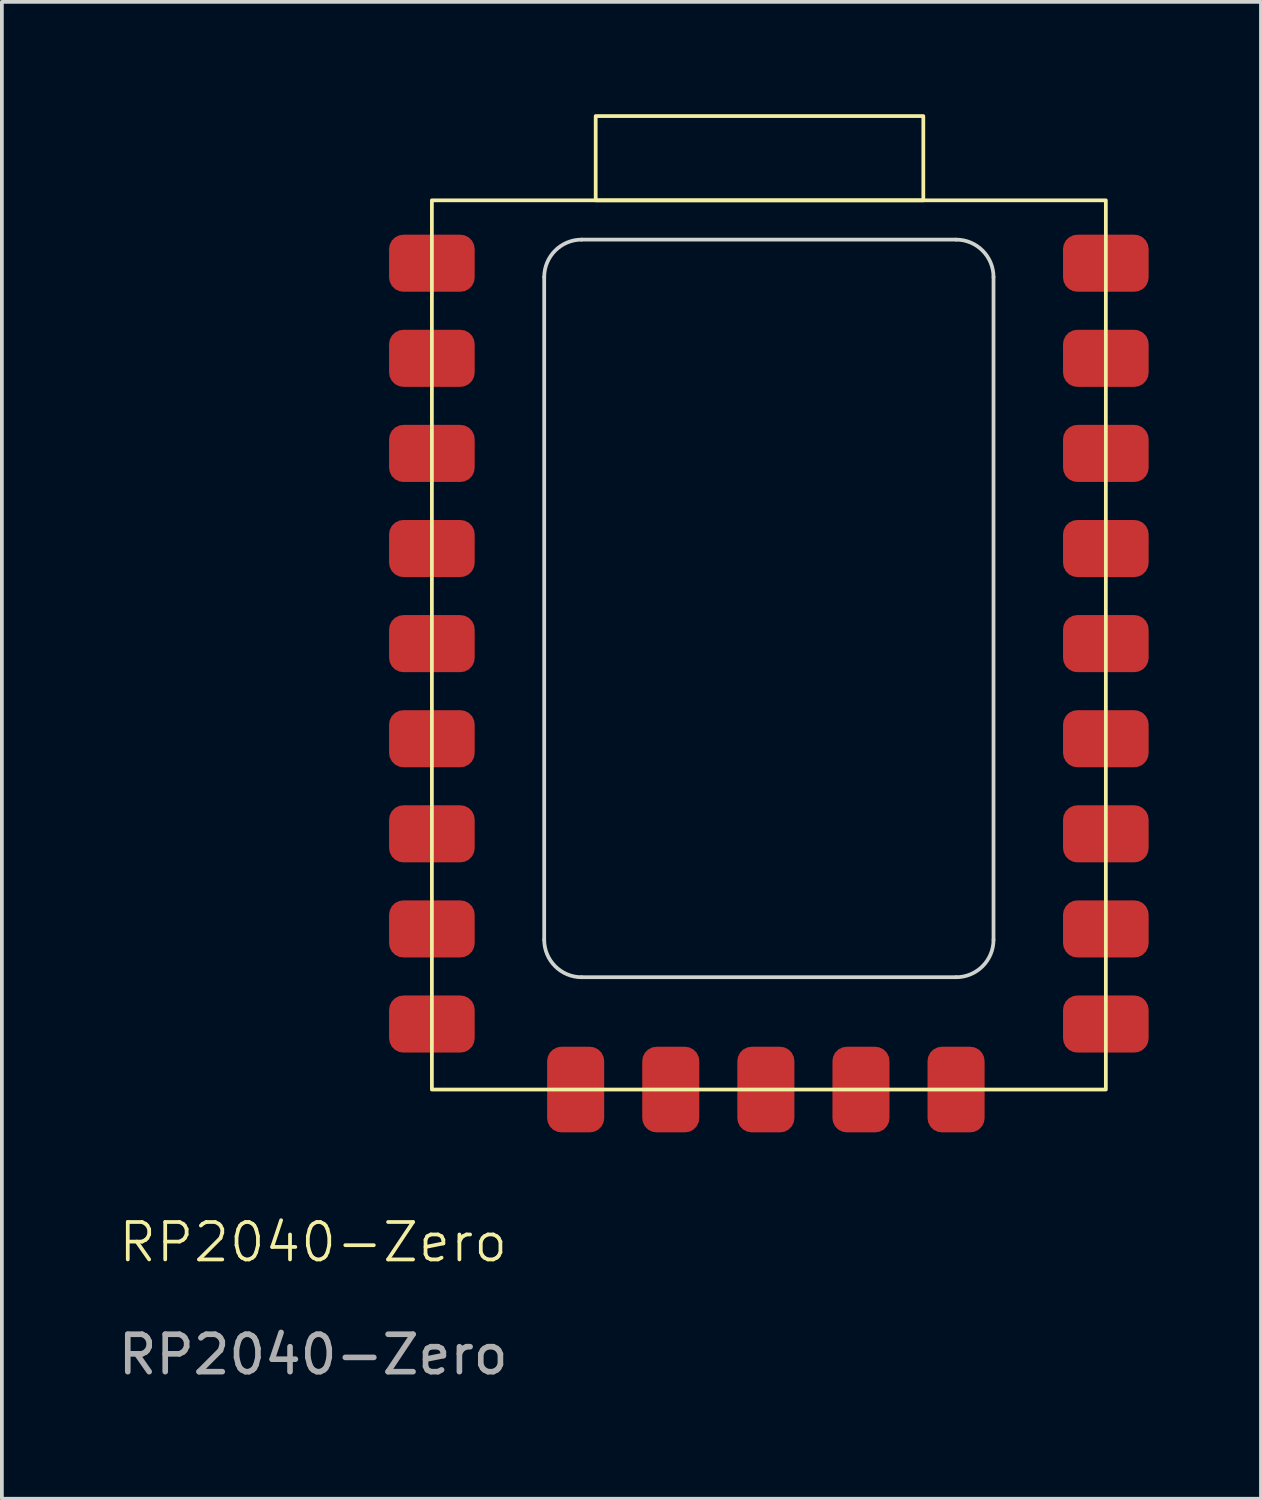
<source format=kicad_pcb>
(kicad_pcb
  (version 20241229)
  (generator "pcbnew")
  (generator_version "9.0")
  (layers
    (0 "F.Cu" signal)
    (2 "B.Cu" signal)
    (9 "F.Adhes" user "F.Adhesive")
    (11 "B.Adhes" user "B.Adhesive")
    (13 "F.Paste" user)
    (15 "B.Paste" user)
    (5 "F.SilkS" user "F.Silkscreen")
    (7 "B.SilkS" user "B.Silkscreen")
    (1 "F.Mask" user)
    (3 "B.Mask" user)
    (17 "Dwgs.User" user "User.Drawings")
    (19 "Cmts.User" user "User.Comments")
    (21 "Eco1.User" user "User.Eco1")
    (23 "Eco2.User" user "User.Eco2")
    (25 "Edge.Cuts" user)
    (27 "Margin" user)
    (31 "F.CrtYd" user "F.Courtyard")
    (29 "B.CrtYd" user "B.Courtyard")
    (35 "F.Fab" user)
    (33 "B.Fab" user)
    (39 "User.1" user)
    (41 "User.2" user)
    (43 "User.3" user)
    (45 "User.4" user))
  (footprint "RP2040-Zero"
    (layer "F.Cu")
    (at 8.485 26.05)
    (property "Reference" "RP2040-Zero" (at -3.17 4.08 0) (unlocked yes) (layer "F.SilkS") (effects (font (size 1 1) (thickness 0.1))))
    (attr smd)
    (fp_rect (start 0 -23.75) (end 18 0) (stroke (width 0.1) (type default)) (fill no) (layer "F.SilkS"))
    (fp_rect (start 4.375 -26) (end 13.125 -23.75) (stroke (width 0.1) (type default)) (fill no) (layer "F.SilkS"))
    (fp_line (start 3 -4) (end 3 -21.7) (stroke (width 0.1) (type default)) (layer "Edge.Cuts"))
    (fp_line (start 4 -22.7) (end 14 -22.7) (stroke (width 0.1) (type default)) (layer "Edge.Cuts"))
    (fp_line (start 14 -3) (end 4 -3) (stroke (width 0.1) (type default)) (layer "Edge.Cuts"))
    (fp_line (start 15 -21.7) (end 15 -4) (stroke (width 0.1) (type default)) (layer "Edge.Cuts"))
    (fp_arc (start 3 -21.7) (mid 3.292893 -22.407107) (end 4 -22.7) (stroke (width 0.1) (type default)) (layer "Edge.Cuts"))
    (fp_arc (start 4 -3) (mid 3.292893 -3.292893) (end 3 -4) (stroke (width 0.1) (type default)) (layer "Edge.Cuts"))
    (fp_arc (start 14 -22.7) (mid 14.707107 -22.407107) (end 15 -21.7) (stroke (width 0.1) (type default)) (layer "Edge.Cuts"))
    (fp_arc (start 15 -4) (mid 14.707107 -3.292893) (end 14 -3) (stroke (width 0.1) (type default)) (layer "Edge.Cuts"))
    (fp_text user "${REFERENCE}" (at -3.17 7.08 0) (unlocked yes) (layer "F.Fab") (effects (font (size 1 1) (thickness 0.15))))
    (pad "1" smd roundrect (at 18 -22.07) (size 2.286 1.524) (layers "F.Cu" "F.Mask" "F.Paste") (roundrect_rratio 0.25))
    (pad "2" smd roundrect (at 18 -19.53) (size 2.286 1.524) (layers "F.Cu" "F.Mask" "F.Paste") (roundrect_rratio 0.25))
    (pad "3" smd roundrect (at 18 -16.99) (size 2.286 1.524) (layers "F.Cu" "F.Mask" "F.Paste") (roundrect_rratio 0.25))
    (pad "4" smd roundrect (at 18 -14.45) (size 2.286 1.524) (layers "F.Cu" "F.Mask" "F.Paste") (roundrect_rratio 0.25))
    (pad "5" smd roundrect (at 18 -11.91) (size 2.286 1.524) (layers "F.Cu" "F.Mask" "F.Paste") (roundrect_rratio 0.25))
    (pad "6" smd roundrect (at 18 -9.37) (size 2.286 1.524) (layers "F.Cu" "F.Mask" "F.Paste") (roundrect_rratio 0.25))
    (pad "7" smd roundrect (at 18 -6.83) (size 2.286 1.524) (layers "F.Cu" "F.Mask" "F.Paste") (roundrect_rratio 0.25))
    (pad "8" smd roundrect (at 18 -4.29) (size 2.286 1.524) (layers "F.Cu" "F.Mask" "F.Paste") (roundrect_rratio 0.25))
    (pad "9" smd roundrect (at 18 -1.75) (size 2.286 1.524) (layers "F.Cu" "F.Mask" "F.Paste") (roundrect_rratio 0.25))
    (pad "10" smd roundrect (at 14 0 90) (size 2.286 1.524) (layers "F.Cu" "F.Mask" "F.Paste") (roundrect_rratio 0.25))
    (pad "11" smd roundrect (at 11.46 0 90) (size 2.286 1.524) (layers "F.Cu" "F.Mask" "F.Paste") (roundrect_rratio 0.25))
    (pad "12" smd roundrect (at 8.92 0 90) (size 2.286 1.524) (layers "F.Cu" "F.Mask" "F.Paste") (roundrect_rratio 0.25))
    (pad "13" smd roundrect (at 6.38 0 90) (size 2.286 1.524) (layers "F.Cu" "F.Mask" "F.Paste") (roundrect_rratio 0.25))
    (pad "14" smd roundrect (at 3.84 0 90) (size 2.286 1.524) (layers "F.Cu" "F.Mask" "F.Paste") (roundrect_rratio 0.25))
    (pad "15" smd roundrect (at 0 -1.75 180) (size 2.286 1.524) (layers "F.Cu" "F.Mask" "F.Paste") (roundrect_rratio 0.25))
    (pad "16" smd roundrect (at 0 -4.29 180) (size 2.286 1.524) (layers "F.Cu" "F.Mask" "F.Paste") (roundrect_rratio 0.25))
    (pad "17" smd roundrect (at 0 -6.83 180) (size 2.286 1.524) (layers "F.Cu" "F.Mask" "F.Paste") (roundrect_rratio 0.25))
    (pad "18" smd roundrect (at 0 -9.37 180) (size 2.286 1.524) (layers "F.Cu" "F.Mask" "F.Paste") (roundrect_rratio 0.25))
    (pad "19" smd roundrect (at 0 -11.91 180) (size 2.286 1.524) (layers "F.Cu" "F.Mask" "F.Paste") (roundrect_rratio 0.25))
    (pad "20" smd roundrect (at 0 -14.45 180) (size 2.286 1.524) (layers "F.Cu" "F.Mask" "F.Paste") (roundrect_rratio 0.25))
    (pad "21" smd roundrect (at 0 -16.99 180) (size 2.286 1.524) (layers "F.Cu" "F.Mask" "F.Paste") (roundrect_rratio 0.25))
    (pad "22" smd roundrect (at 0 -19.53 180) (size 2.286 1.524) (layers "F.Cu" "F.Mask" "F.Paste") (roundrect_rratio 0.25))
    (pad "23" smd roundrect (at 0 -22.07 180) (size 2.286 1.524) (layers "F.Cu" "F.Mask" "F.Paste") (roundrect_rratio 0.25)))
  (gr_rect
    (start -3 -3)
    (end 30.628 36.978)
    (stroke (width 0.1) (type default))
    (fill no)
    (layer "Edge.Cuts")))
</source>
